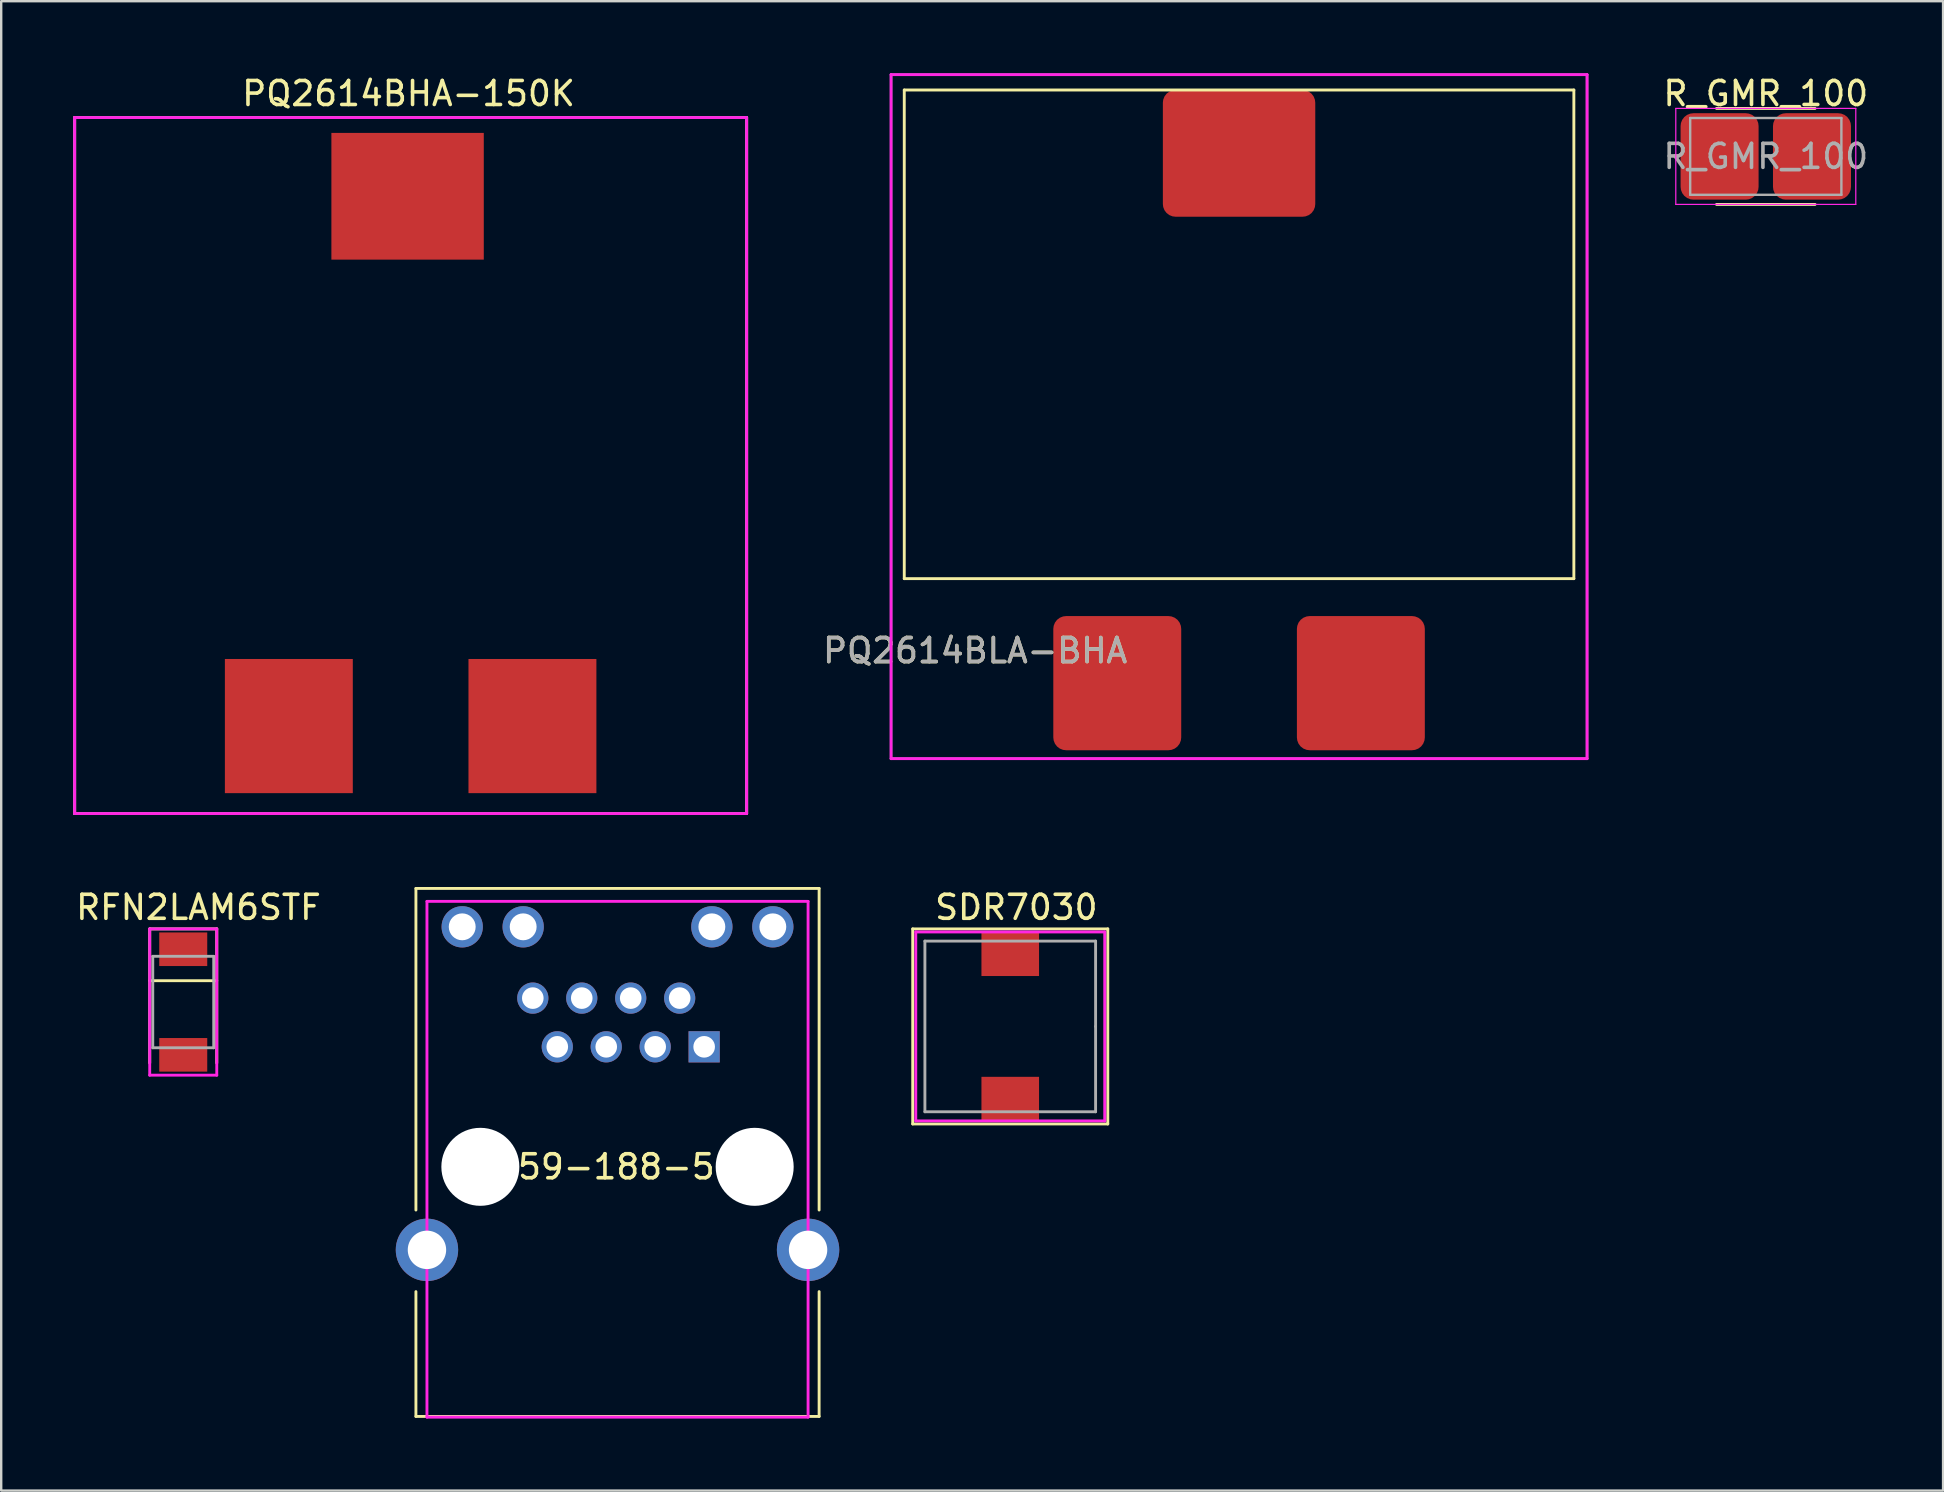
<source format=kicad_pcb>
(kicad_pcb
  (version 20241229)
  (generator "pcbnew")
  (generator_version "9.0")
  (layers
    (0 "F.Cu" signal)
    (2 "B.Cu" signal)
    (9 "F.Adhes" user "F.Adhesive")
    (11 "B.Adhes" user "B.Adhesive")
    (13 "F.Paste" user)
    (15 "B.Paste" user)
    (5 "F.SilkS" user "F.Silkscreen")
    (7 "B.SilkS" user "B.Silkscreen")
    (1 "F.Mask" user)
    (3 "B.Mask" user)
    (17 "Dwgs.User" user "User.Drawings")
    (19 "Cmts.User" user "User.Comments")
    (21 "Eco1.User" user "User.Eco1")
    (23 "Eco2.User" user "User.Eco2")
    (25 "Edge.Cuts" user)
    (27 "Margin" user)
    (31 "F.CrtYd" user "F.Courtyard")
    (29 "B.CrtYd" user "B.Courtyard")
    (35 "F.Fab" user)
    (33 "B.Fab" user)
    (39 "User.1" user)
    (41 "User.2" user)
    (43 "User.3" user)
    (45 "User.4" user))
  (footprint "R_GMR_100"
    (layer "F.Cu")
    (at 70.525 3.468)
    (property "Reference" "R_GMR_100" (at 0 -2.62 0) (layer "F.SilkS") (effects (font (size 1 1) (thickness 0.15))))
    (attr smd)
    (fp_line (start -2.052 -2) (end 2.052 -2) (stroke (width 0.12) (type solid)) (layer "F.SilkS"))
    (fp_line (start -2.052 2) (end 2.052 2) (stroke (width 0.12) (type solid)) (layer "F.SilkS"))
    (fp_line (start -3.75 -2) (end 3.75 -2) (stroke (width 0.05) (type solid)) (layer "F.CrtYd"))
    (fp_line (start -3.75 2) (end -3.75 -2) (stroke (width 0.05) (type solid)) (layer "F.CrtYd"))
    (fp_line (start 3.75 -2) (end 3.75 2) (stroke (width 0.05) (type solid)) (layer "F.CrtYd"))
    (fp_line (start 3.75 2) (end -3.75 2) (stroke (width 0.05) (type solid)) (layer "F.CrtYd"))
    (fp_line (start -3.15 -1.6) (end 3.15 -1.6) (stroke (width 0.1) (type solid)) (layer "F.Fab"))
    (fp_line (start -3.15 1.6) (end -3.15 -1.6) (stroke (width 0.1) (type solid)) (layer "F.Fab"))
    (fp_line (start 3.15 -1.6) (end 3.15 1.6) (stroke (width 0.1) (type solid)) (layer "F.Fab"))
    (fp_line (start 3.15 1.6) (end -3.15 1.6) (stroke (width 0.1) (type solid)) (layer "F.Fab"))
    (fp_text user "${REFERENCE}" (at 0 0 0) (layer "F.Fab") (effects (font (size 1 1) (thickness 0.15))))
    (pad "1" smd roundrect (at -1.925 0) (size 3.25 3.6) (layers "F.Cu" "F.Mask" "F.Paste") (roundrect_rratio 0.164))
    (pad "2" smd roundrect (at 1.925 0) (size 3.25 3.6) (layers "F.Cu" "F.Mask" "F.Paste") (roundrect_rratio 0.164)))
  (footprint "PQ2614BHA-150K"
    (layer "F.Cu")
    (at 14.06 12.848)
    (property "Reference" "PQ2614BHA-150K" (at -0.087 -12 0) (layer "F.SilkS") (effects (font (size 1 1) (thickness 0.15))))
    (attr through_hole)
    (fp_line (start -14 -11) (end -14 17) (stroke (width 0.12) (type solid)) (layer "F.SilkS"))
    (fp_line (start -14 17) (end -14 18) (stroke (width 0.12) (type solid)) (layer "F.SilkS"))
    (fp_line (start -14 18) (end 14 18) (stroke (width 0.12) (type solid)) (layer "F.SilkS"))
    (fp_line (start 14 -11) (end -14 -11) (stroke (width 0.12) (type solid)) (layer "F.SilkS"))
    (fp_line (start 14 18) (end 14 -11) (stroke (width 0.12) (type solid)) (layer "F.SilkS"))
    (fp_line (start -14 -11) (end -14 18) (stroke (width 0.12) (type solid)) (layer "F.CrtYd"))
    (fp_line (start -14 18) (end 14 18) (stroke (width 0.12) (type solid)) (layer "F.CrtYd"))
    (fp_line (start 14 -11) (end -14 -11) (stroke (width 0.12) (type solid)) (layer "F.CrtYd"))
    (fp_line (start 14 18) (end 14 -11) (stroke (width 0.12) (type solid)) (layer "F.CrtYd"))
    (fp_line (start -14 -11) (end 14 -11) (stroke (width 0.12) (type solid)) (layer "F.Fab"))
    (fp_line (start -14 18) (end -14 -11) (stroke (width 0.12) (type solid)) (layer "F.Fab"))
    (fp_line (start 14 -11) (end 14 18) (stroke (width 0.12) (type solid)) (layer "F.Fab"))
    (fp_line (start 14 18) (end -14 18) (stroke (width 0.12) (type solid)) (layer "F.Fab"))
    (pad "" smd rect (at -0.127 -7.72) (size 6.35 5.28) (layers "F.Cu" "F.Mask" "F.Paste"))
    (pad "1" smd rect (at -5.075 14.355) (size 5.33 5.59) (layers "F.Cu" "F.Mask" "F.Paste"))
    (pad "2" smd rect (at 5.075 14.355) (size 5.33 5.59) (layers "F.Cu" "F.Mask" "F.Paste")))
  (footprint "PQ2614BLA-BHA"
    (layer "F.Cu")
    (at 48.578 11.06)
    (property "Reference" "PQ2614BLA-BHA" (at -11 13 0) (unlocked yes) (layer "F.SilkS") (effects (font (size 1 1) (thickness 0.15))))
    (attr smd)
    (fp_line (start -13.95 -10.36) (end 13.95 -10.36) (stroke (width 0.12) (type solid)) (layer "F.SilkS"))
    (fp_line (start -13.95 10) (end -13.95 -10.36) (stroke (width 0.12) (type solid)) (layer "F.SilkS"))
    (fp_line (start 13.95 -10.36) (end 13.95 10) (stroke (width 0.12) (type solid)) (layer "F.SilkS"))
    (fp_line (start 13.95 10) (end -13.95 10) (stroke (width 0.12) (type solid)) (layer "F.SilkS"))
    (fp_line (start -14.5 -11) (end -14.5 17.5) (stroke (width 0.12) (type solid)) (layer "F.CrtYd"))
    (fp_line (start -14.5 17.5) (end 14.5 17.5) (stroke (width 0.12) (type solid)) (layer "F.CrtYd"))
    (fp_line (start 14.5 -11) (end -14.5 -11) (stroke (width 0.12) (type solid)) (layer "F.CrtYd"))
    (fp_line (start 14.5 -11) (end 14.5 17.5) (stroke (width 0.12) (type solid)) (layer "F.CrtYd"))
    (fp_line (start -14.5 -11) (end -14.5 17.5) (stroke (width 0.1) (type solid)) (layer "F.Fab"))
    (fp_line (start -14.5 17.5) (end 14.5 17.5) (stroke (width 0.1) (type solid)) (layer "F.Fab"))
    (fp_line (start 14.5 -11) (end -14.5 -11) (stroke (width 0.1) (type solid)) (layer "F.Fab"))
    (fp_line (start 14.5 17.5) (end 14.5 -11) (stroke (width 0.1) (type solid)) (layer "F.Fab"))
    (fp_text user "${REFERENCE}" (at -11 13 0) (unlocked yes) (layer "F.Fab") (effects (font (size 1 1) (thickness 0.15))))
    (pad "1" smd roundrect (at -5.075 14.355) (size 5.33 5.59) (layers "F.Cu" "F.Mask" "F.Paste") (roundrect_rratio 0.1))
    (pad "2" smd roundrect (at 5.075 14.355) (size 5.33 5.59) (layers "F.Cu" "F.Mask" "F.Paste") (roundrect_rratio 0.1))
    (pad "G" smd roundrect (at 0 -7.72) (size 6.35 5.28) (layers "F.Cu" "F.Mask" "F.Paste") (roundrect_rratio 0.1)))
  (footprint "RJE59-188-54A1"
    (layer "F.Cu")
    (at 22.68 45.568)
    (property "Reference" "RJE59-188-54A1" (at 0 0 0) (unlocked yes) (layer "F.SilkS") (effects (font (size 1 1) (thickness 0.15))))
    (attr through_hole)
    (fp_line (start -8.4 -11.6) (end -8.4 1.8) (stroke (width 0.12) (type solid)) (layer "F.SilkS"))
    (fp_line (start -8.4 5.2) (end -8.4 10.4) (stroke (width 0.12) (type solid)) (layer "F.SilkS"))
    (fp_line (start -8.4 10.4) (end 8.4 10.4) (stroke (width 0.12) (type solid)) (layer "F.SilkS"))
    (fp_line (start 8.4 -11.6) (end -8.4 -11.6) (stroke (width 0.12) (type solid)) (layer "F.SilkS"))
    (fp_line (start 8.4 1.8) (end 8.4 -11.6) (stroke (width 0.12) (type solid)) (layer "F.SilkS"))
    (fp_line (start 8.4 10.4) (end 8.4 5.2) (stroke (width 0.12) (type solid)) (layer "F.SilkS"))
    (fp_line (start -7.94 -11.06) (end 7.94 -11.06) (stroke (width 0.12) (type solid)) (layer "F.CrtYd"))
    (fp_line (start -7.94 10.43) (end -7.94 -11.06) (stroke (width 0.12) (type solid)) (layer "F.CrtYd"))
    (fp_line (start 7.94 -11.06) (end 7.94 10.43) (stroke (width 0.12) (type solid)) (layer "F.CrtYd"))
    (fp_line (start 7.94 10.43) (end -7.94 10.43) (stroke (width 0.12) (type solid)) (layer "F.CrtYd"))
    (pad "" np_thru_hole circle (at -5.715 0) (size 3.25 3.25) (drill 3.25) (layers "*.Cu" "*.Mask"))
    (pad "" np_thru_hole circle (at 5.715 0) (size 3.25 3.25) (drill 3.25) (layers "*.Cu" "*.Mask"))
    (pad "1" thru_hole rect (at 3.61 -5) (size 1.3 1.3) (drill 0.9) (layers "*.Cu" "*.Mask"))
    (pad "2" thru_hole circle (at 2.59 -7.03) (size 1.3 1.3) (drill 0.9) (layers "*.Cu" "*.Mask"))
    (pad "3" thru_hole circle (at 1.57 -5) (size 1.3 1.3) (drill 0.9) (layers "*.Cu" "*.Mask"))
    (pad "4" thru_hole circle (at 0.55 -7.03) (size 1.3 1.3) (drill 0.9) (layers "*.Cu" "*.Mask"))
    (pad "5" thru_hole circle (at -0.47 -5) (size 1.3 1.3) (drill 0.9) (layers "*.Cu" "*.Mask"))
    (pad "6" thru_hole circle (at -1.49 -7.03) (size 1.3 1.3) (drill 0.9) (layers "*.Cu" "*.Mask"))
    (pad "7" thru_hole circle (at -2.51 -5) (size 1.3 1.3) (drill 0.9) (layers "*.Cu" "*.Mask"))
    (pad "8" thru_hole circle (at -3.53 -7.03) (size 1.3 1.3) (drill 0.9) (layers "*.Cu" "*.Mask"))
    (pad "A1" thru_hole circle (at 6.471 -10) (size 1.72 1.72) (drill 1.12) (layers "*.Cu" "*.Mask"))
    (pad "A2" thru_hole circle (at 3.931 -10) (size 1.72 1.72) (drill 1.12) (layers "*.Cu" "*.Mask"))
    (pad "A3" thru_hole circle (at -3.931 -10) (size 1.72 1.72) (drill 1.12) (layers "*.Cu" "*.Mask"))
    (pad "A4" thru_hole circle (at -6.471 -10) (size 1.72 1.72) (drill 1.12) (layers "*.Cu" "*.Mask"))
    (pad "S" thru_hole circle (at -7.94 3.46) (size 2.6 2.6) (drill 1.6) (layers "*.Cu" "*.Mask"))
    (pad "S" thru_hole circle (at 7.94 3.46) (size 2.6 2.6) (drill 1.6) (layers "*.Cu" "*.Mask")))
  (footprint "SDR7030"
    (layer "F.Cu")
    (at 39.044 39.718)
    (property "Reference" "SDR7030" (at 0.254 -4.961 0) (layer "F.SilkS") (effects (font (size 1 1) (thickness 0.15))))
    (attr through_hole)
    (fp_line (start -4.064 -4.064) (end -4.064 4.064) (stroke (width 0.12) (type solid)) (layer "F.SilkS"))
    (fp_line (start -4.064 4.064) (end 4.064 4.064) (stroke (width 0.12) (type solid)) (layer "F.SilkS"))
    (fp_line (start 4.064 -4.064) (end -4.064 -4.064) (stroke (width 0.12) (type solid)) (layer "F.SilkS"))
    (fp_line (start 4.064 4.064) (end 4.064 -4.064) (stroke (width 0.12) (type solid)) (layer "F.SilkS"))
    (fp_line (start -3.937 -3.937) (end -3.937 3.937) (stroke (width 0.12) (type solid)) (layer "F.CrtYd"))
    (fp_line (start -3.937 3.937) (end 3.937 3.937) (stroke (width 0.12) (type solid)) (layer "F.CrtYd"))
    (fp_line (start 3.937 -3.937) (end -3.937 -3.937) (stroke (width 0.12) (type solid)) (layer "F.CrtYd"))
    (fp_line (start 3.937 3.937) (end 3.937 -3.937) (stroke (width 0.12) (type solid)) (layer "F.CrtYd"))
    (fp_line (start -3.556 -3.556) (end -3.556 3.556) (stroke (width 0.12) (type solid)) (layer "F.Fab"))
    (fp_line (start -3.556 3.556) (end 3.556 3.556) (stroke (width 0.12) (type solid)) (layer "F.Fab"))
    (fp_line (start 3.556 -3.556) (end -3.556 -3.556) (stroke (width 0.12) (type solid)) (layer "F.Fab"))
    (fp_line (start 3.556 0) (end 3.556 -3.556) (stroke (width 0.12) (type solid)) (layer "F.Fab"))
    (fp_line (start 3.556 3.556) (end 3.556 0) (stroke (width 0.12) (type solid)) (layer "F.Fab"))
    (pad "1" smd rect (at 0 -3) (size 2.4 1.8) (layers "F.Cu" "F.Mask" "F.Paste"))
    (pad "2" smd rect (at 0 3) (size 2.4 1.8) (layers "F.Cu" "F.Mask" "F.Paste")))
  (footprint "RFN2LAM6STF"
    (layer "F.Cu")
    (at 4.585 38.702)
    (property "Reference" "RFN2LAM6STF" (at 0.635 -3.945 0) (layer "F.SilkS") (effects (font (size 1 1) (thickness 0.15))))
    (attr through_hole)
    (fp_line (start -1.397 -3.048) (end -1.397 2.54) (stroke (width 0.12) (type solid)) (layer "F.SilkS"))
    (fp_line (start -1.397 -0.889) (end 1.397 -0.889) (stroke (width 0.12) (type solid)) (layer "F.SilkS"))
    (fp_line (start 1.397 -3.048) (end -1.397 -3.048) (stroke (width 0.12) (type solid)) (layer "F.SilkS"))
    (fp_line (start 1.397 2.54) (end 1.397 -3.048) (stroke (width 0.12) (type solid)) (layer "F.SilkS"))
    (fp_line (start -1.397 -3.048) (end -1.397 3.048) (stroke (width 0.12) (type solid)) (layer "F.CrtYd"))
    (fp_line (start -1.397 3.048) (end 1.397 3.048) (stroke (width 0.12) (type solid)) (layer "F.CrtYd"))
    (fp_line (start 1.397 -3.048) (end -1.397 -3.048) (stroke (width 0.12) (type solid)) (layer "F.CrtYd"))
    (fp_line (start 1.397 3.048) (end 1.397 -3.048) (stroke (width 0.12) (type solid)) (layer "F.CrtYd"))
    (fp_line (start -1.27 -1.905) (end 1.27 -1.905) (stroke (width 0.12) (type solid)) (layer "F.Fab"))
    (fp_line (start -1.27 1.905) (end -1.27 -1.905) (stroke (width 0.12) (type solid)) (layer "F.Fab"))
    (fp_line (start 1.27 -1.905) (end 1.27 1.905) (stroke (width 0.12) (type solid)) (layer "F.Fab"))
    (fp_line (start 1.27 1.905) (end -1.27 1.905) (stroke (width 0.12) (type solid)) (layer "F.Fab"))
    (pad "1" smd rect (at 0 -2.2) (size 2 1.4) (layers "F.Cu" "F.Mask" "F.Paste"))
    (pad "2" smd rect (at 0 2.2) (size 2 1.4) (layers "F.Cu" "F.Mask" "F.Paste")))
  (gr_rect
    (start -3 -3)
    (end 77.912 59.058)
    (stroke (width 0.1) (type default))
    (fill no)
    (layer "Edge.Cuts")))
</source>
